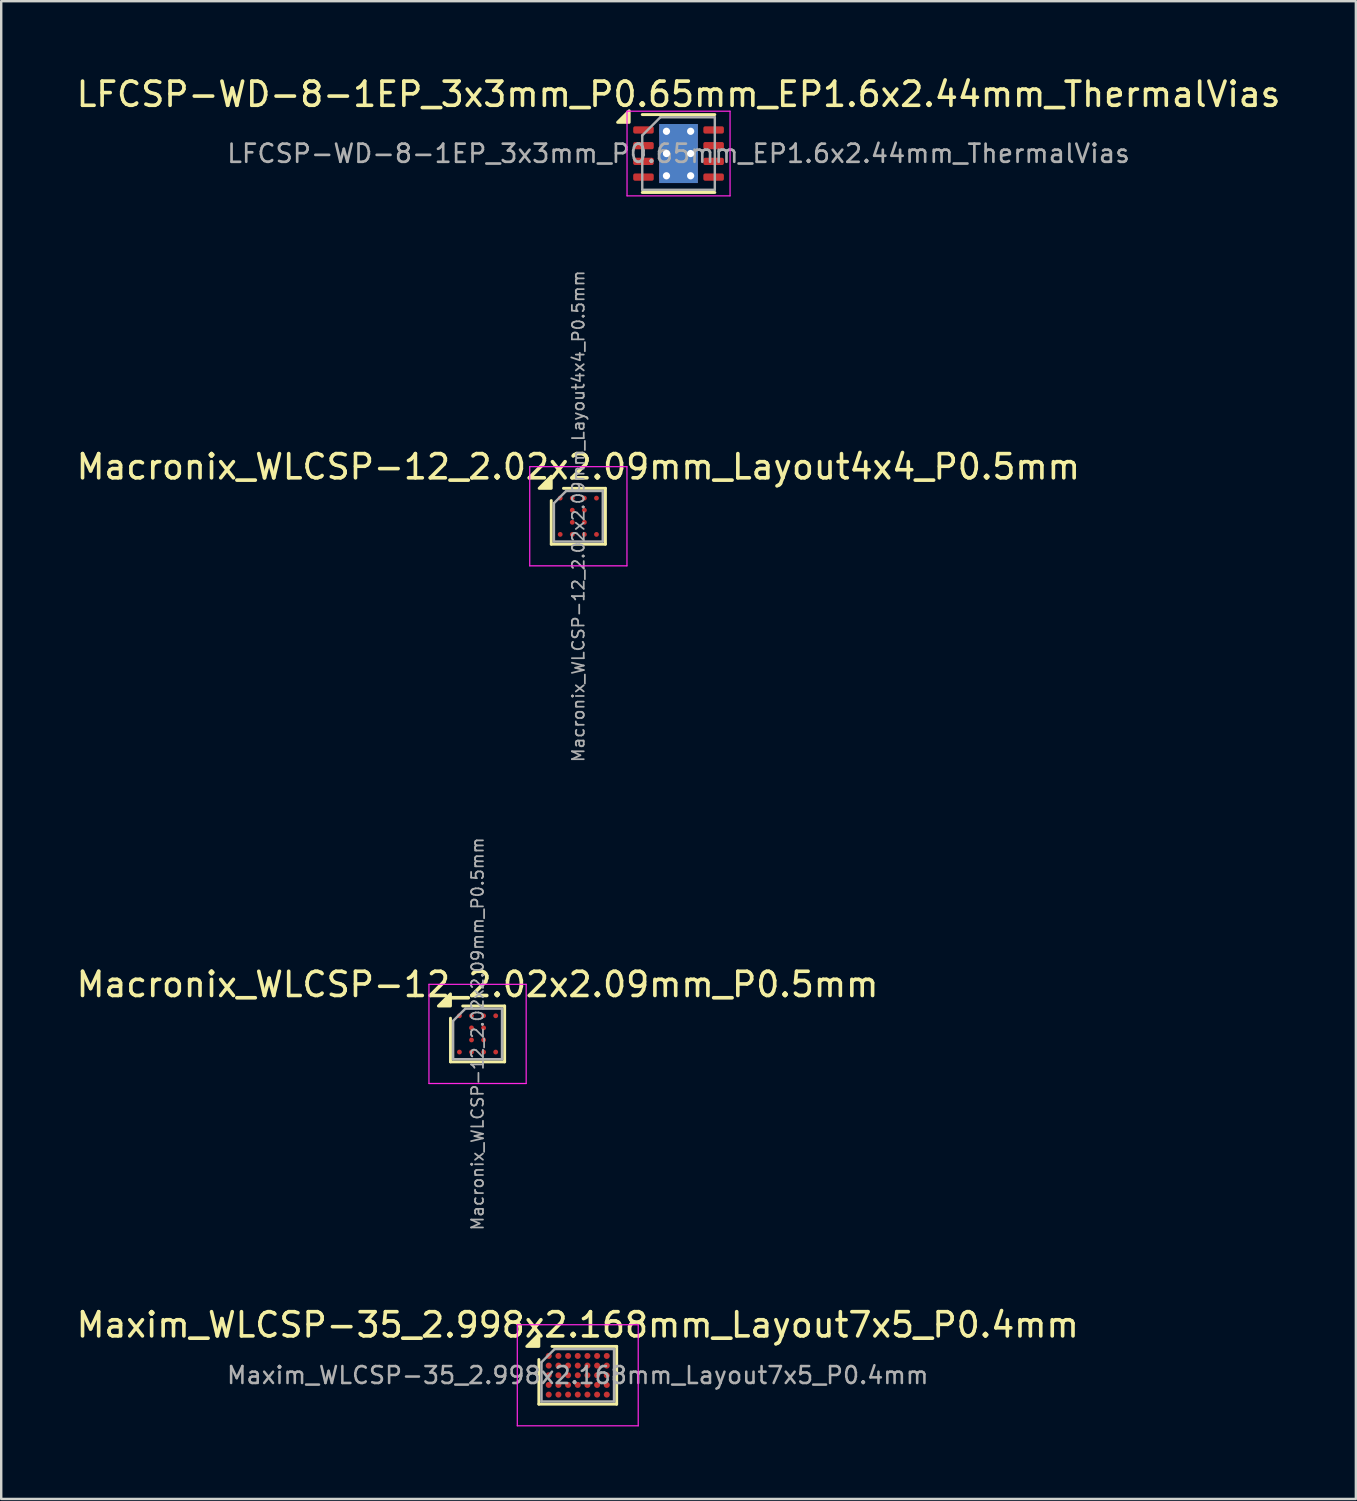
<source format=kicad_pcb>
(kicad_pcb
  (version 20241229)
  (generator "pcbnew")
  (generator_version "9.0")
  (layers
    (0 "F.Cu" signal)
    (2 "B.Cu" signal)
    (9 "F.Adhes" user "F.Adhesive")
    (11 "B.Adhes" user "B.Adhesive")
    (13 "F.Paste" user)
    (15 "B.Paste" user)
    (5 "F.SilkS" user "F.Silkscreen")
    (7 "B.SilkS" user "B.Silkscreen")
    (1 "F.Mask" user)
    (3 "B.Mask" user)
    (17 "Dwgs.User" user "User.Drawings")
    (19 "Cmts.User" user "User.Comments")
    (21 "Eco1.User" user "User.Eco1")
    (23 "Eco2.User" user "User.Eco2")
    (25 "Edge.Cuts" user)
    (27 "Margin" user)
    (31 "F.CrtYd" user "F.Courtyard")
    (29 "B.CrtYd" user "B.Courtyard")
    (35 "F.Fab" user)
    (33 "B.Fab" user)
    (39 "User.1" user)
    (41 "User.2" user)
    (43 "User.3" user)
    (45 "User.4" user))
  (footprint "LFCSP-WD-8-1EP_3x3mm_P0.65mm_EP1.6x2.44mm_ThermalVias"
    (layer "F.Cu")
    (at 25.006 3.298)
    (property "Reference" "LFCSP-WD-8-1EP_3x3mm_P0.65mm_EP1.6x2.44mm_ThermalVias" (at 0 -2.45 0) (layer "F.SilkS") (effects (font (size 1 1) (thickness 0.15))))
    (attr smd)
    (fp_line (start -1.5 -1.61) (end 1.5 -1.61) (stroke (width 0.12) (type solid)) (layer "F.SilkS"))
    (fp_line (start -1.5 1.61) (end 1.5 1.61) (stroke (width 0.12) (type solid)) (layer "F.SilkS"))
    (fp_poly (pts (xy -2.04 -1.29) (xy -2.52 -1.29) (xy -2.04 -1.77) (xy -2.04 -1.29)) (stroke (width 0.12) (type solid)) (fill yes) (layer "F.SilkS"))
    (fp_line (start -2.13 -1.75) (end -2.13 1.75) (stroke (width 0.05) (type solid)) (layer "F.CrtYd"))
    (fp_line (start -2.13 1.75) (end 2.13 1.75) (stroke (width 0.05) (type solid)) (layer "F.CrtYd"))
    (fp_line (start 2.13 -1.75) (end -2.13 -1.75) (stroke (width 0.05) (type solid)) (layer "F.CrtYd"))
    (fp_line (start 2.13 1.75) (end 2.13 -1.75) (stroke (width 0.05) (type solid)) (layer "F.CrtYd"))
    (fp_line (start -1.5 -0.75) (end -0.75 -1.5) (stroke (width 0.1) (type solid)) (layer "F.Fab"))
    (fp_line (start -1.5 1.5) (end -1.5 -0.75) (stroke (width 0.1) (type solid)) (layer "F.Fab"))
    (fp_line (start -0.75 -1.5) (end 1.5 -1.5) (stroke (width 0.1) (type solid)) (layer "F.Fab"))
    (fp_line (start 1.5 -1.5) (end 1.5 1.5) (stroke (width 0.1) (type solid)) (layer "F.Fab"))
    (fp_line (start 1.5 1.5) (end -1.5 1.5) (stroke (width 0.1) (type solid)) (layer "F.Fab"))
    (fp_text user "${REFERENCE}" (at 0 0 0) (layer "F.Fab") (effects (font (size 0.75 0.75) (thickness 0.11))))
    (pad "" smd roundrect (at -0.4 -0.81) (size 0.64 0.66) (layers "F.Paste") (roundrect_rratio 0.25))
    (pad "" smd roundrect (at -0.4 0) (size 0.64 0.66) (layers "F.Paste") (roundrect_rratio 0.25))
    (pad "" smd roundrect (at -0.4 0.81) (size 0.64 0.66) (layers "F.Paste") (roundrect_rratio 0.25))
    (pad "" smd roundrect (at 0.4 -0.81) (size 0.64 0.66) (layers "F.Paste") (roundrect_rratio 0.25))
    (pad "" smd roundrect (at 0.4 0) (size 0.64 0.66) (layers "F.Paste") (roundrect_rratio 0.25))
    (pad "" smd roundrect (at 0.4 0.81) (size 0.64 0.66) (layers "F.Paste") (roundrect_rratio 0.25))
    (pad "1" smd roundrect (at -1.45 -0.975) (size 0.85 0.3) (layers "F.Cu" "F.Mask" "F.Paste") (roundrect_rratio 0.25))
    (pad "2" smd roundrect (at -1.45 -0.325) (size 0.85 0.3) (layers "F.Cu" "F.Mask" "F.Paste") (roundrect_rratio 0.25))
    (pad "3" smd roundrect (at -1.45 0.325) (size 0.85 0.3) (layers "F.Cu" "F.Mask" "F.Paste") (roundrect_rratio 0.25))
    (pad "4" smd roundrect (at -1.45 0.975) (size 0.85 0.3) (layers "F.Cu" "F.Mask" "F.Paste") (roundrect_rratio 0.25))
    (pad "5" smd roundrect (at 1.45 0.975) (size 0.85 0.3) (layers "F.Cu" "F.Mask" "F.Paste") (roundrect_rratio 0.25))
    (pad "6" smd roundrect (at 1.45 0.325) (size 0.85 0.3) (layers "F.Cu" "F.Mask" "F.Paste") (roundrect_rratio 0.25))
    (pad "7" smd roundrect (at 1.45 -0.325) (size 0.85 0.3) (layers "F.Cu" "F.Mask" "F.Paste") (roundrect_rratio 0.25))
    (pad "8" smd roundrect (at 1.45 -0.975) (size 0.85 0.3) (layers "F.Cu" "F.Mask" "F.Paste") (roundrect_rratio 0.25))
    (pad "9" thru_hole circle (at -0.5 -0.92) (size 0.6 0.6) (drill 0.3) (property pad_prop_heatsink) (layers "*.Cu"))
    (pad "9" thru_hole circle (at -0.5 0) (size 0.6 0.6) (drill 0.3) (property pad_prop_heatsink) (layers "*.Cu"))
    (pad "9" thru_hole circle (at -0.5 0.92) (size 0.6 0.6) (drill 0.3) (property pad_prop_heatsink) (layers "*.Cu"))
    (pad "9" smd rect (at 0 0) (size 1.6 2.44) (property pad_prop_heatsink) (layers "F.Cu" "F.Mask"))
    (pad "9" smd rect (at 0 0) (size 1.6 2.44) (property pad_prop_heatsink) (layers "B.Cu"))
    (pad "9" thru_hole circle (at 0.5 -0.92) (size 0.6 0.6) (drill 0.3) (property pad_prop_heatsink) (layers "*.Cu"))
    (pad "9" thru_hole circle (at 0.5 0) (size 0.6 0.6) (drill 0.3) (property pad_prop_heatsink) (layers "*.Cu"))
    (pad "9" thru_hole circle (at 0.5 0.92) (size 0.6 0.6) (drill 0.3) (property pad_prop_heatsink) (layers "*.Cu")))
  (footprint "Macronix_WLCSP-12_2.02x2.09mm_Layout4x4_P0.5mm"
    (layer "F.Cu")
    (at 20.863 18.296)
    (property "Reference" "Macronix_WLCSP-12_2.02x2.09mm_Layout4x4_P0.5mm" (at 0 -2.045 0) (layer "F.SilkS") (effects (font (size 1 1) (thickness 0.15))))
    (attr smd)
    (fp_line (start -1.12 1.155) (end -1.12 -0.65) (stroke (width 0.12) (type solid)) (layer "F.SilkS"))
    (fp_line (start -0.615 -1.155) (end 1.12 -1.155) (stroke (width 0.12) (type solid)) (layer "F.SilkS"))
    (fp_line (start 1.12 -1.155) (end 1.12 1.155) (stroke (width 0.12) (type solid)) (layer "F.SilkS"))
    (fp_line (start 1.12 1.155) (end -1.12 1.155) (stroke (width 0.12) (type solid)) (layer "F.SilkS"))
    (fp_poly (pts (xy -1.12 -1.155) (xy -1.62 -1.155) (xy -1.12 -1.655) (xy -1.12 -1.155)) (stroke (width 0.12) (type solid)) (fill yes) (layer "F.SilkS"))
    (fp_line (start -2.01 -2.05) (end -2.01 2.05) (stroke (width 0.05) (type solid)) (layer "F.CrtYd"))
    (fp_line (start -2.01 2.05) (end 2.01 2.05) (stroke (width 0.05) (type solid)) (layer "F.CrtYd"))
    (fp_line (start 2.01 -2.05) (end -2.01 -2.05) (stroke (width 0.05) (type solid)) (layer "F.CrtYd"))
    (fp_line (start 2.01 2.05) (end 2.01 -2.05) (stroke (width 0.05) (type solid)) (layer "F.CrtYd"))
    (fp_line (start -1.01 -0.54) (end -0.505 -1.045) (stroke (width 0.1) (type solid)) (layer "F.Fab"))
    (fp_line (start -1.01 1.045) (end -1.01 -0.54) (stroke (width 0.1) (type solid)) (layer "F.Fab"))
    (fp_line (start -0.505 -1.045) (end 1.01 -1.045) (stroke (width 0.1) (type solid)) (layer "F.Fab"))
    (fp_line (start 1.01 -1.045) (end 1.01 1.045) (stroke (width 0.1) (type solid)) (layer "F.Fab"))
    (fp_line (start 1.01 1.045) (end -1.01 1.045) (stroke (width 0.1) (type solid)) (layer "F.Fab"))
    (fp_text user "${REFERENCE}" (at 0 0 270) (layer "F.Fab") (effects (font (size 0.49 0.49) (thickness 0.073))))
    (pad "A1" smd circle (at -0.75 -0.75) (size 0.2 0.2) (property pad_prop_bga) (layers "F.Cu" "F.Mask" "F.Paste"))
    (pad "A2" smd circle (at -0.25 -0.75) (size 0.2 0.2) (property pad_prop_bga) (layers "F.Cu" "F.Mask" "F.Paste"))
    (pad "A3" smd circle (at 0.25 -0.75) (size 0.2 0.2) (property pad_prop_bga) (layers "F.Cu" "F.Mask" "F.Paste"))
    (pad "A4" smd circle (at 0.75 -0.75) (size 0.2 0.2) (property pad_prop_bga) (layers "F.Cu" "F.Mask" "F.Paste"))
    (pad "B2" smd circle (at -0.25 -0.25) (size 0.2 0.2) (property pad_prop_bga) (layers "F.Cu" "F.Mask" "F.Paste"))
    (pad "B3" smd circle (at 0.25 -0.25) (size 0.2 0.2) (property pad_prop_bga) (layers "F.Cu" "F.Mask" "F.Paste"))
    (pad "C2" smd circle (at -0.25 0.25) (size 0.2 0.2) (property pad_prop_bga) (layers "F.Cu" "F.Mask" "F.Paste"))
    (pad "C3" smd circle (at 0.25 0.25) (size 0.2 0.2) (property pad_prop_bga) (layers "F.Cu" "F.Mask" "F.Paste"))
    (pad "D1" smd circle (at -0.75 0.75) (size 0.2 0.2) (property pad_prop_bga) (layers "F.Cu" "F.Mask" "F.Paste"))
    (pad "D2" smd circle (at -0.25 0.75) (size 0.2 0.2) (property pad_prop_bga) (layers "F.Cu" "F.Mask" "F.Paste"))
    (pad "D3" smd circle (at 0.25 0.75) (size 0.2 0.2) (property pad_prop_bga) (layers "F.Cu" "F.Mask" "F.Paste"))
    (pad "D4" smd circle (at 0.75 0.75) (size 0.2 0.2) (property pad_prop_bga) (layers "F.Cu" "F.Mask" "F.Paste")))
  (footprint "Maxim_WLCSP-35_2.998x2.168mm_Layout7x5_P0.4mm"
    (layer "F.Cu")
    (at 20.839 53.814)
    (property "Reference" "Maxim_WLCSP-35_2.998x2.168mm_Layout7x5_P0.4mm" (at 0 -2.084 0) (layer "F.SilkS") (effects (font (size 1 1) (thickness 0.15))))
    (attr smd)
    (fp_line (start -1.609 1.194) (end -1.609 -0.652) (stroke (width 0.12) (type solid)) (layer "F.SilkS"))
    (fp_line (start -1.067 -1.194) (end 1.609 -1.194) (stroke (width 0.12) (type solid)) (layer "F.SilkS"))
    (fp_line (start 1.609 -1.194) (end 1.609 1.194) (stroke (width 0.12) (type solid)) (layer "F.SilkS"))
    (fp_line (start 1.609 1.194) (end -1.609 1.194) (stroke (width 0.12) (type solid)) (layer "F.SilkS"))
    (fp_poly (pts (xy -1.609 -1.194) (xy -2.109 -1.194) (xy -1.609 -1.694) (xy -1.609 -1.194)) (stroke (width 0.12) (type solid)) (fill yes) (layer "F.SilkS"))
    (fp_line (start -2.5 -2.09) (end -2.5 2.09) (stroke (width 0.05) (type solid)) (layer "F.CrtYd"))
    (fp_line (start -2.5 2.09) (end 2.5 2.09) (stroke (width 0.05) (type solid)) (layer "F.CrtYd"))
    (fp_line (start 2.5 -2.09) (end -2.5 -2.09) (stroke (width 0.05) (type solid)) (layer "F.CrtYd"))
    (fp_line (start 2.5 2.09) (end 2.5 -2.09) (stroke (width 0.05) (type solid)) (layer "F.CrtYd"))
    (fp_line (start -1.499 -0.542) (end -0.957 -1.084) (stroke (width 0.1) (type solid)) (layer "F.Fab"))
    (fp_line (start -1.499 1.084) (end -1.499 -0.542) (stroke (width 0.1) (type solid)) (layer "F.Fab"))
    (fp_line (start -0.957 -1.084) (end 1.499 -1.084) (stroke (width 0.1) (type solid)) (layer "F.Fab"))
    (fp_line (start 1.499 -1.084) (end 1.499 1.084) (stroke (width 0.1) (type solid)) (layer "F.Fab"))
    (fp_line (start 1.499 1.084) (end -1.499 1.084) (stroke (width 0.1) (type solid)) (layer "F.Fab"))
    (fp_text user "${REFERENCE}" (at 0 0 0) (layer "F.Fab") (effects (font (size 0.7 0.7) (thickness 0.105))))
    (pad "A1" smd circle (at -1.2 -0.8) (size 0.25 0.25) (property pad_prop_bga) (layers "F.Cu" "F.Mask" "F.Paste"))
    (pad "A2" smd circle (at -0.8 -0.8) (size 0.25 0.25) (property pad_prop_bga) (layers "F.Cu" "F.Mask" "F.Paste"))
    (pad "A3" smd circle (at -0.4 -0.8) (size 0.25 0.25) (property pad_prop_bga) (layers "F.Cu" "F.Mask" "F.Paste"))
    (pad "A4" smd circle (at 0 -0.8) (size 0.25 0.25) (property pad_prop_bga) (layers "F.Cu" "F.Mask" "F.Paste"))
    (pad "A5" smd circle (at 0.4 -0.8) (size 0.25 0.25) (property pad_prop_bga) (layers "F.Cu" "F.Mask" "F.Paste"))
    (pad "A6" smd circle (at 0.8 -0.8) (size 0.25 0.25) (property pad_prop_bga) (layers "F.Cu" "F.Mask" "F.Paste"))
    (pad "A7" smd circle (at 1.2 -0.8) (size 0.25 0.25) (property pad_prop_bga) (layers "F.Cu" "F.Mask" "F.Paste"))
    (pad "B1" smd circle (at -1.2 -0.4) (size 0.25 0.25) (property pad_prop_bga) (layers "F.Cu" "F.Mask" "F.Paste"))
    (pad "B2" smd circle (at -0.8 -0.4) (size 0.25 0.25) (property pad_prop_bga) (layers "F.Cu" "F.Mask" "F.Paste"))
    (pad "B3" smd circle (at -0.4 -0.4) (size 0.25 0.25) (property pad_prop_bga) (layers "F.Cu" "F.Mask" "F.Paste"))
    (pad "B4" smd circle (at 0 -0.4) (size 0.25 0.25) (property pad_prop_bga) (layers "F.Cu" "F.Mask" "F.Paste"))
    (pad "B5" smd circle (at 0.4 -0.4) (size 0.25 0.25) (property pad_prop_bga) (layers "F.Cu" "F.Mask" "F.Paste"))
    (pad "B6" smd circle (at 0.8 -0.4) (size 0.25 0.25) (property pad_prop_bga) (layers "F.Cu" "F.Mask" "F.Paste"))
    (pad "B7" smd circle (at 1.2 -0.4) (size 0.25 0.25) (property pad_prop_bga) (layers "F.Cu" "F.Mask" "F.Paste"))
    (pad "C1" smd circle (at -1.2 0) (size 0.25 0.25) (property pad_prop_bga) (layers "F.Cu" "F.Mask" "F.Paste"))
    (pad "C2" smd circle (at -0.8 0) (size 0.25 0.25) (property pad_prop_bga) (layers "F.Cu" "F.Mask" "F.Paste"))
    (pad "C3" smd circle (at -0.4 0) (size 0.25 0.25) (property pad_prop_bga) (layers "F.Cu" "F.Mask" "F.Paste"))
    (pad "C4" smd circle (at 0 0) (size 0.25 0.25) (property pad_prop_bga) (layers "F.Cu" "F.Mask" "F.Paste"))
    (pad "C5" smd circle (at 0.4 0) (size 0.25 0.25) (property pad_prop_bga) (layers "F.Cu" "F.Mask" "F.Paste"))
    (pad "C6" smd circle (at 0.8 0) (size 0.25 0.25) (property pad_prop_bga) (layers "F.Cu" "F.Mask" "F.Paste"))
    (pad "C7" smd circle (at 1.2 0) (size 0.25 0.25) (property pad_prop_bga) (layers "F.Cu" "F.Mask" "F.Paste"))
    (pad "D1" smd circle (at -1.2 0.4) (size 0.25 0.25) (property pad_prop_bga) (layers "F.Cu" "F.Mask" "F.Paste"))
    (pad "D2" smd circle (at -0.8 0.4) (size 0.25 0.25) (property pad_prop_bga) (layers "F.Cu" "F.Mask" "F.Paste"))
    (pad "D3" smd circle (at -0.4 0.4) (size 0.25 0.25) (property pad_prop_bga) (layers "F.Cu" "F.Mask" "F.Paste"))
    (pad "D4" smd circle (at 0 0.4) (size 0.25 0.25) (property pad_prop_bga) (layers "F.Cu" "F.Mask" "F.Paste"))
    (pad "D5" smd circle (at 0.4 0.4) (size 0.25 0.25) (property pad_prop_bga) (layers "F.Cu" "F.Mask" "F.Paste"))
    (pad "D6" smd circle (at 0.8 0.4) (size 0.25 0.25) (property pad_prop_bga) (layers "F.Cu" "F.Mask" "F.Paste"))
    (pad "D7" smd circle (at 1.2 0.4) (size 0.25 0.25) (property pad_prop_bga) (layers "F.Cu" "F.Mask" "F.Paste"))
    (pad "E1" smd circle (at -1.2 0.8) (size 0.25 0.25) (property pad_prop_bga) (layers "F.Cu" "F.Mask" "F.Paste"))
    (pad "E2" smd circle (at -0.8 0.8) (size 0.25 0.25) (property pad_prop_bga) (layers "F.Cu" "F.Mask" "F.Paste"))
    (pad "E3" smd circle (at -0.4 0.8) (size 0.25 0.25) (property pad_prop_bga) (layers "F.Cu" "F.Mask" "F.Paste"))
    (pad "E4" smd circle (at 0 0.8) (size 0.25 0.25) (property pad_prop_bga) (layers "F.Cu" "F.Mask" "F.Paste"))
    (pad "E5" smd circle (at 0.4 0.8) (size 0.25 0.25) (property pad_prop_bga) (layers "F.Cu" "F.Mask" "F.Paste"))
    (pad "E6" smd circle (at 0.8 0.8) (size 0.25 0.25) (property pad_prop_bga) (layers "F.Cu" "F.Mask" "F.Paste"))
    (pad "E7" smd circle (at 1.2 0.8) (size 0.25 0.25) (property pad_prop_bga) (layers "F.Cu" "F.Mask" "F.Paste")))
  (footprint "Macronix_WLCSP-12_2.02x2.09mm_P0.5mm"
    (layer "F.Cu")
    (at 16.696 39.7)
    (property "Reference" "Macronix_WLCSP-12_2.02x2.09mm_P0.5mm" (at 0 -2.045 0) (layer "F.SilkS") (effects (font (size 1 1) (thickness 0.15))))
    (attr smd)
    (fp_line (start -1.12 1.155) (end -1.12 -0.65) (stroke (width 0.12) (type solid)) (layer "F.SilkS"))
    (fp_line (start -0.615 -1.155) (end 1.12 -1.155) (stroke (width 0.12) (type solid)) (layer "F.SilkS"))
    (fp_line (start 1.12 -1.155) (end 1.12 1.155) (stroke (width 0.12) (type solid)) (layer "F.SilkS"))
    (fp_line (start 1.12 1.155) (end -1.12 1.155) (stroke (width 0.12) (type solid)) (layer "F.SilkS"))
    (fp_poly (pts (xy -1.12 -1.155) (xy -1.62 -1.155) (xy -1.12 -1.655) (xy -1.12 -1.155)) (stroke (width 0.12) (type solid)) (fill yes) (layer "F.SilkS"))
    (fp_line (start -2.01 -2.05) (end -2.01 2.05) (stroke (width 0.05) (type solid)) (layer "F.CrtYd"))
    (fp_line (start -2.01 2.05) (end 2.01 2.05) (stroke (width 0.05) (type solid)) (layer "F.CrtYd"))
    (fp_line (start 2.01 -2.05) (end -2.01 -2.05) (stroke (width 0.05) (type solid)) (layer "F.CrtYd"))
    (fp_line (start 2.01 2.05) (end 2.01 -2.05) (stroke (width 0.05) (type solid)) (layer "F.CrtYd"))
    (fp_line (start -1.01 -0.54) (end -0.505 -1.045) (stroke (width 0.1) (type solid)) (layer "F.Fab"))
    (fp_line (start -1.01 1.045) (end -1.01 -0.54) (stroke (width 0.1) (type solid)) (layer "F.Fab"))
    (fp_line (start -0.505 -1.045) (end 1.01 -1.045) (stroke (width 0.1) (type solid)) (layer "F.Fab"))
    (fp_line (start 1.01 -1.045) (end 1.01 1.045) (stroke (width 0.1) (type solid)) (layer "F.Fab"))
    (fp_line (start 1.01 1.045) (end -1.01 1.045) (stroke (width 0.1) (type solid)) (layer "F.Fab"))
    (fp_text user "${REFERENCE}" (at 0 0 270) (layer "F.Fab") (effects (font (size 0.49 0.49) (thickness 0.073))))
    (pad "A1" smd circle (at -0.75 -0.75) (size 0.2 0.2) (property pad_prop_bga) (layers "F.Cu" "F.Mask" "F.Paste"))
    (pad "A2" smd circle (at -0.25 -0.75) (size 0.2 0.2) (property pad_prop_bga) (layers "F.Cu" "F.Mask" "F.Paste"))
    (pad "A3" smd circle (at 0.25 -0.75) (size 0.2 0.2) (property pad_prop_bga) (layers "F.Cu" "F.Mask" "F.Paste"))
    (pad "A4" smd circle (at 0.75 -0.75) (size 0.2 0.2) (property pad_prop_bga) (layers "F.Cu" "F.Mask" "F.Paste"))
    (pad "B2" smd circle (at -0.25 -0.25) (size 0.2 0.2) (property pad_prop_bga) (layers "F.Cu" "F.Mask" "F.Paste"))
    (pad "B3" smd circle (at 0.25 -0.25) (size 0.2 0.2) (property pad_prop_bga) (layers "F.Cu" "F.Mask" "F.Paste"))
    (pad "C2" smd circle (at -0.25 0.25) (size 0.2 0.2) (property pad_prop_bga) (layers "F.Cu" "F.Mask" "F.Paste"))
    (pad "C3" smd circle (at 0.25 0.25) (size 0.2 0.2) (property pad_prop_bga) (layers "F.Cu" "F.Mask" "F.Paste"))
    (pad "D1" smd circle (at -0.75 0.75) (size 0.2 0.2) (property pad_prop_bga) (layers "F.Cu" "F.Mask" "F.Paste"))
    (pad "D2" smd circle (at -0.25 0.75) (size 0.2 0.2) (property pad_prop_bga) (layers "F.Cu" "F.Mask" "F.Paste"))
    (pad "D3" smd circle (at 0.25 0.75) (size 0.2 0.2) (property pad_prop_bga) (layers "F.Cu" "F.Mask" "F.Paste"))
    (pad "D4" smd circle (at 0.75 0.75) (size 0.2 0.2) (property pad_prop_bga) (layers "F.Cu" "F.Mask" "F.Paste")))
  (gr_rect
    (start -3 -3)
    (end 53.012 58.929)
    (stroke (width 0.1) (type default))
    (fill no)
    (layer "Edge.Cuts")))
</source>
